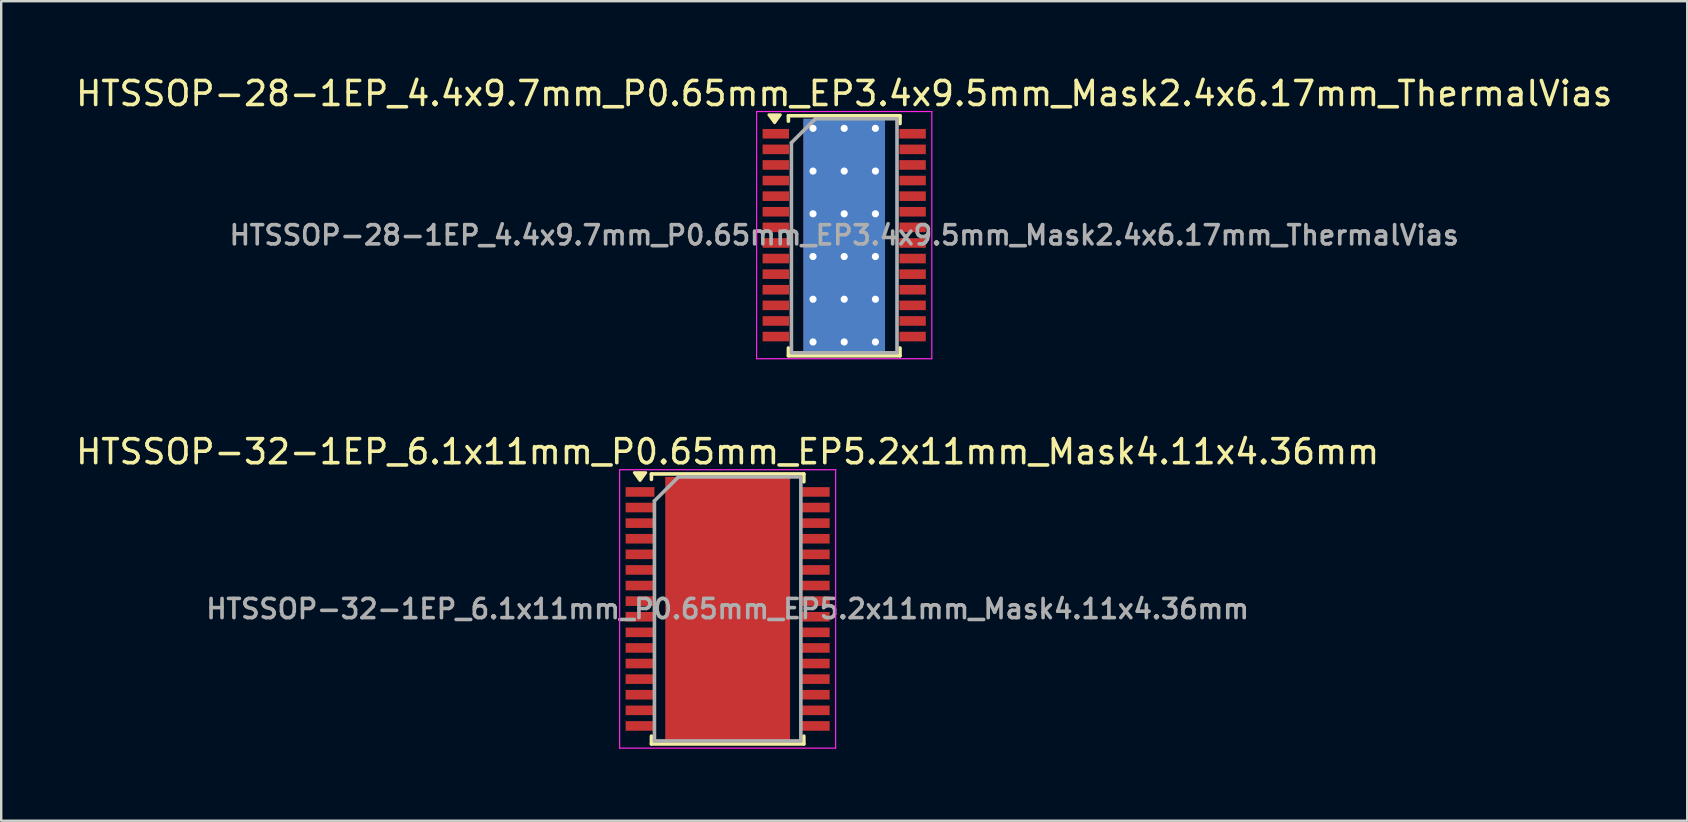
<source format=kicad_pcb>
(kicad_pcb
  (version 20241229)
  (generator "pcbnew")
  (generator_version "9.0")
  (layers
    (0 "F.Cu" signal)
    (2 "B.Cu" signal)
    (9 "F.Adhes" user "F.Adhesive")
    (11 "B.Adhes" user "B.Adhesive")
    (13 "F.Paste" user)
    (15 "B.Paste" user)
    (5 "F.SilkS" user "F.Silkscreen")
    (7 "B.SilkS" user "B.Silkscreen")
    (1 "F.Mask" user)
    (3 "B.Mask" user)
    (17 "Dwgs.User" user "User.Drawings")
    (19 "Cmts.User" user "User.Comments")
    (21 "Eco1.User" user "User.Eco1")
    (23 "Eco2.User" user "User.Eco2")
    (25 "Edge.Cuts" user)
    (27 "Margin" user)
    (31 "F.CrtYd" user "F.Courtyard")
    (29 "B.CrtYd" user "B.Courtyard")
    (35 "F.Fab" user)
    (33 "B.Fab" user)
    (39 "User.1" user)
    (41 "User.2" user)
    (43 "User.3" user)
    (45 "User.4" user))
  (footprint "HTSSOP-32-1EP_6.1x11mm_P0.65mm_EP5.2x11mm_Mask4.11x4.36mm"
    (layer "F.Cu")
    (at 27.268 22.322)
    (property "Reference" "HTSSOP-32-1EP_6.1x11mm_P0.65mm_EP5.2x11mm_Mask4.11x4.36mm" (at 0 -6.55 0) (layer "F.SilkS") (effects (font (size 1 1) (thickness 0.15))))
    (attr smd)
    (fp_line (start -3.175 -5.625) (end 3.175 -5.625) (stroke (width 0.15) (type solid)) (layer "F.SilkS"))
    (fp_line (start -3.175 -5.4) (end -3.175 -5.625) (stroke (width 0.15) (type solid)) (layer "F.SilkS"))
    (fp_line (start -3.175 5.3) (end -3.175 5.625) (stroke (width 0.15) (type solid)) (layer "F.SilkS"))
    (fp_line (start -3.175 5.625) (end 3.175 5.625) (stroke (width 0.15) (type solid)) (layer "F.SilkS"))
    (fp_line (start 3.175 -5.625) (end 3.175 -5.3) (stroke (width 0.15) (type solid)) (layer "F.SilkS"))
    (fp_line (start 3.175 5.625) (end 3.175 5.3) (stroke (width 0.15) (type solid)) (layer "F.SilkS"))
    (fp_poly (pts (xy -3.65 -5.35) (xy -3.89 -5.68) (xy -3.41 -5.68) (xy -3.65 -5.35)) (stroke (width 0.12) (type solid)) (fill yes) (layer "F.SilkS"))
    (fp_line (start -4.5 -5.8) (end -4.5 5.8) (stroke (width 0.05) (type solid)) (layer "F.CrtYd"))
    (fp_line (start -4.5 5.8) (end 4.5 5.8) (stroke (width 0.05) (type solid)) (layer "F.CrtYd"))
    (fp_line (start 4.5 -5.8) (end -4.5 -5.8) (stroke (width 0.05) (type solid)) (layer "F.CrtYd"))
    (fp_line (start 4.5 5.8) (end 4.5 -5.8) (stroke (width 0.05) (type solid)) (layer "F.CrtYd"))
    (fp_line (start -3.05 -4.5) (end -2.05 -5.5) (stroke (width 0.15) (type solid)) (layer "F.Fab"))
    (fp_line (start -3.05 5.5) (end -3.05 -4.5) (stroke (width 0.15) (type solid)) (layer "F.Fab"))
    (fp_line (start -2.05 -5.5) (end 3.05 -5.5) (stroke (width 0.15) (type solid)) (layer "F.Fab"))
    (fp_line (start 3.05 -5.5) (end 3.05 5.5) (stroke (width 0.15) (type solid)) (layer "F.Fab"))
    (fp_line (start 3.05 5.5) (end -3.05 5.5) (stroke (width 0.15) (type solid)) (layer "F.Fab"))
    (fp_text user "${REFERENCE}" (at 0 0 0) (layer "F.Fab") (effects (font (size 0.8 0.8) (thickness 0.15))))
    (pad "" smd rect (at -1.37 -1.46) (size 1.07 1.16) (layers "F.Paste"))
    (pad "" smd rect (at -1.37 0) (size 1.07 1.16) (layers "F.Paste"))
    (pad "" smd rect (at -1.37 1.46) (size 1.07 1.16) (layers "F.Paste"))
    (pad "" smd rect (at 0 -1.46) (size 1.07 1.16) (layers "F.Paste"))
    (pad "" smd rect (at 0 0) (size 1.07 1.16) (layers "F.Paste"))
    (pad "" smd rect (at 0 0) (size 4.11 4.36) (layers "F.Mask"))
    (pad "" smd rect (at 0 1.46) (size 1.07 1.16) (layers "F.Paste"))
    (pad "" smd rect (at 1.37 -1.46) (size 1.07 1.16) (layers "F.Paste"))
    (pad "" smd rect (at 1.37 0) (size 1.07 1.16) (layers "F.Paste"))
    (pad "" smd rect (at 1.37 1.46) (size 1.07 1.16) (layers "F.Paste"))
    (pad "1" smd rect (at -3.65 -4.875) (size 1.2 0.4) (layers "F.Cu" "F.Mask" "F.Paste"))
    (pad "2" smd rect (at -3.65 -4.225) (size 1.2 0.4) (layers "F.Cu" "F.Mask" "F.Paste"))
    (pad "3" smd rect (at -3.65 -3.575) (size 1.2 0.4) (layers "F.Cu" "F.Mask" "F.Paste"))
    (pad "4" smd rect (at -3.65 -2.925) (size 1.2 0.4) (layers "F.Cu" "F.Mask" "F.Paste"))
    (pad "5" smd rect (at -3.65 -2.275) (size 1.2 0.4) (layers "F.Cu" "F.Mask" "F.Paste"))
    (pad "6" smd rect (at -3.65 -1.625) (size 1.2 0.4) (layers "F.Cu" "F.Mask" "F.Paste"))
    (pad "7" smd rect (at -3.65 -0.975) (size 1.2 0.4) (layers "F.Cu" "F.Mask" "F.Paste"))
    (pad "8" smd rect (at -3.65 -0.325) (size 1.2 0.4) (layers "F.Cu" "F.Mask" "F.Paste"))
    (pad "9" smd rect (at -3.65 0.325) (size 1.2 0.4) (layers "F.Cu" "F.Mask" "F.Paste"))
    (pad "10" smd rect (at -3.65 0.975) (size 1.2 0.4) (layers "F.Cu" "F.Mask" "F.Paste"))
    (pad "11" smd rect (at -3.65 1.625) (size 1.2 0.4) (layers "F.Cu" "F.Mask" "F.Paste"))
    (pad "12" smd rect (at -3.65 2.275) (size 1.2 0.4) (layers "F.Cu" "F.Mask" "F.Paste"))
    (pad "13" smd rect (at -3.65 2.925) (size 1.2 0.4) (layers "F.Cu" "F.Mask" "F.Paste"))
    (pad "14" smd rect (at -3.65 3.575) (size 1.2 0.4) (layers "F.Cu" "F.Mask" "F.Paste"))
    (pad "15" smd rect (at -3.65 4.225) (size 1.2 0.4) (layers "F.Cu" "F.Mask" "F.Paste"))
    (pad "16" smd rect (at -3.65 4.875) (size 1.2 0.4) (layers "F.Cu" "F.Mask" "F.Paste"))
    (pad "17" smd rect (at 3.65 4.875) (size 1.2 0.4) (layers "F.Cu" "F.Mask" "F.Paste"))
    (pad "18" smd rect (at 3.65 4.225) (size 1.2 0.4) (layers "F.Cu" "F.Mask" "F.Paste"))
    (pad "19" smd rect (at 3.65 3.575) (size 1.2 0.4) (layers "F.Cu" "F.Mask" "F.Paste"))
    (pad "20" smd rect (at 3.65 2.925) (size 1.2 0.4) (layers "F.Cu" "F.Mask" "F.Paste"))
    (pad "21" smd rect (at 3.65 2.275) (size 1.2 0.4) (layers "F.Cu" "F.Mask" "F.Paste"))
    (pad "22" smd rect (at 3.65 1.625) (size 1.2 0.4) (layers "F.Cu" "F.Mask" "F.Paste"))
    (pad "23" smd rect (at 3.65 0.975) (size 1.2 0.4) (layers "F.Cu" "F.Mask" "F.Paste"))
    (pad "24" smd rect (at 3.65 0.325) (size 1.2 0.4) (layers "F.Cu" "F.Mask" "F.Paste"))
    (pad "25" smd rect (at 3.65 -0.325) (size 1.2 0.4) (layers "F.Cu" "F.Mask" "F.Paste"))
    (pad "26" smd rect (at 3.65 -0.975) (size 1.2 0.4) (layers "F.Cu" "F.Mask" "F.Paste"))
    (pad "27" smd rect (at 3.65 -1.625) (size 1.2 0.4) (layers "F.Cu" "F.Mask" "F.Paste"))
    (pad "28" smd rect (at 3.65 -2.275) (size 1.2 0.4) (layers "F.Cu" "F.Mask" "F.Paste"))
    (pad "29" smd rect (at 3.65 -2.925) (size 1.2 0.4) (layers "F.Cu" "F.Mask" "F.Paste"))
    (pad "30" smd rect (at 3.65 -3.575) (size 1.2 0.4) (layers "F.Cu" "F.Mask" "F.Paste"))
    (pad "31" smd rect (at 3.65 -4.225) (size 1.2 0.4) (layers "F.Cu" "F.Mask" "F.Paste"))
    (pad "32" smd rect (at 3.65 -4.875) (size 1.2 0.4) (layers "F.Cu" "F.Mask" "F.Paste"))
    (pad "33" smd rect (at 0 0) (size 5.2 11) (layers "F.Cu")))
  (footprint "HTSSOP-28-1EP_4.4x9.7mm_P0.65mm_EP3.4x9.5mm_Mask2.4x6.17mm_ThermalVias"
    (layer "F.Cu")
    (at 32.125 6.748)
    (property "Reference" "HTSSOP-28-1EP_4.4x9.7mm_P0.65mm_EP3.4x9.5mm_Mask2.4x6.17mm_ThermalVias" (at 0 -5.9 0) (layer "F.SilkS") (effects (font (size 1 1) (thickness 0.15))))
    (attr smd)
    (fp_line (start -2.325 -4.975) (end -2.325 -4.75) (stroke (width 0.15) (type solid)) (layer "F.SilkS"))
    (fp_line (start -2.325 -4.975) (end 2.325 -4.975) (stroke (width 0.15) (type solid)) (layer "F.SilkS"))
    (fp_line (start -2.325 5.026) (end -2.325 4.701) (stroke (width 0.15) (type solid)) (layer "F.SilkS"))
    (fp_line (start -2.325 5.026) (end 2.325 5.026) (stroke (width 0.15) (type solid)) (layer "F.SilkS"))
    (fp_line (start 2.325 -4.975) (end 2.325 -4.65) (stroke (width 0.15) (type solid)) (layer "F.SilkS"))
    (fp_line (start 2.325 5.026) (end 2.325 4.701) (stroke (width 0.15) (type solid)) (layer "F.SilkS"))
    (fp_poly (pts (xy -2.9 -4.685) (xy -3.14 -5.015) (xy -2.66 -5.015) (xy -2.9 -4.685)) (stroke (width 0.12) (type solid)) (fill yes) (layer "F.SilkS"))
    (fp_line (start -3.65 -5.15) (end -3.65 5.15) (stroke (width 0.05) (type solid)) (layer "F.CrtYd"))
    (fp_line (start -3.65 -5.15) (end 3.65 -5.15) (stroke (width 0.05) (type solid)) (layer "F.CrtYd"))
    (fp_line (start -3.65 5.15) (end 3.65 5.15) (stroke (width 0.05) (type solid)) (layer "F.CrtYd"))
    (fp_line (start 3.65 -5.15) (end 3.65 5.15) (stroke (width 0.05) (type solid)) (layer "F.CrtYd"))
    (fp_line (start -2.2 -3.85) (end -1.2 -4.85) (stroke (width 0.15) (type solid)) (layer "F.Fab"))
    (fp_line (start -2.2 4.85) (end -2.2 -3.85) (stroke (width 0.15) (type solid)) (layer "F.Fab"))
    (fp_line (start -1.2 -4.85) (end 2.2 -4.85) (stroke (width 0.15) (type solid)) (layer "F.Fab"))
    (fp_line (start 2.2 -4.85) (end 2.2 4.85) (stroke (width 0.15) (type solid)) (layer "F.Fab"))
    (fp_line (start 2.2 4.901) (end -2.2 4.901) (stroke (width 0.15) (type solid)) (layer "F.Fab"))
    (fp_text user "${REFERENCE}" (at 0 0 0) (layer "F.Fab") (effects (font (size 0.8 0.8) (thickness 0.15))))
    (pad "" smd rect (at -0.6 -1.78) (size 0.9 1.4) (layers "F.Paste"))
    (pad "" smd rect (at -0.6 0) (size 0.9 1.4) (layers "F.Paste"))
    (pad "" smd rect (at -0.6 1.78) (size 0.9 1.4) (layers "F.Paste"))
    (pad "" smd rect (at 0 0) (size 2.4 6.17) (layers "F.Mask"))
    (pad "" smd rect (at 0.6 -1.78) (size 0.9 1.4) (layers "F.Paste"))
    (pad "" smd rect (at 0.6 0) (size 0.9 1.4) (layers "F.Paste"))
    (pad "" smd rect (at 0.6 1.78) (size 0.9 1.4) (layers "F.Paste"))
    (pad "1" smd rect (at -2.85 -4.225) (size 1.1 0.4) (layers "F.Cu" "F.Mask" "F.Paste"))
    (pad "2" smd rect (at -2.85 -3.575) (size 1.1 0.4) (layers "F.Cu" "F.Mask" "F.Paste"))
    (pad "3" smd rect (at -2.85 -2.925) (size 1.1 0.4) (layers "F.Cu" "F.Mask" "F.Paste"))
    (pad "4" smd rect (at -2.85 -2.275) (size 1.1 0.4) (layers "F.Cu" "F.Mask" "F.Paste"))
    (pad "5" smd rect (at -2.85 -1.625) (size 1.1 0.4) (layers "F.Cu" "F.Mask" "F.Paste"))
    (pad "6" smd rect (at -2.85 -0.975) (size 1.1 0.4) (layers "F.Cu" "F.Mask" "F.Paste"))
    (pad "7" smd rect (at -2.85 -0.325) (size 1.1 0.4) (layers "F.Cu" "F.Mask" "F.Paste"))
    (pad "8" smd rect (at -2.85 0.325) (size 1.1 0.4) (layers "F.Cu" "F.Mask" "F.Paste"))
    (pad "9" smd rect (at -2.85 0.975) (size 1.1 0.4) (layers "F.Cu" "F.Mask" "F.Paste"))
    (pad "10" smd rect (at -2.85 1.625) (size 1.1 0.4) (layers "F.Cu" "F.Mask" "F.Paste"))
    (pad "11" smd rect (at -2.85 2.275) (size 1.1 0.4) (layers "F.Cu" "F.Mask" "F.Paste"))
    (pad "12" smd rect (at -2.85 2.925) (size 1.1 0.4) (layers "F.Cu" "F.Mask" "F.Paste"))
    (pad "13" smd rect (at -2.85 3.575) (size 1.1 0.4) (layers "F.Cu" "F.Mask" "F.Paste"))
    (pad "14" smd rect (at -2.85 4.225) (size 1.1 0.4) (layers "F.Cu" "F.Mask" "F.Paste"))
    (pad "15" smd rect (at 2.85 4.225) (size 1.1 0.4) (layers "F.Cu" "F.Mask" "F.Paste"))
    (pad "16" smd rect (at 2.85 3.575) (size 1.1 0.4) (layers "F.Cu" "F.Mask" "F.Paste"))
    (pad "17" smd rect (at 2.85 2.925) (size 1.1 0.4) (layers "F.Cu" "F.Mask" "F.Paste"))
    (pad "18" smd rect (at 2.85 2.275) (size 1.1 0.4) (layers "F.Cu" "F.Mask" "F.Paste"))
    (pad "19" smd rect (at 2.85 1.625) (size 1.1 0.4) (layers "F.Cu" "F.Mask" "F.Paste"))
    (pad "20" smd rect (at 2.85 0.975) (size 1.1 0.4) (layers "F.Cu" "F.Mask" "F.Paste"))
    (pad "21" smd rect (at 2.85 0.325) (size 1.1 0.4) (layers "F.Cu" "F.Mask" "F.Paste"))
    (pad "22" smd rect (at 2.85 -0.325) (size 1.1 0.4) (layers "F.Cu" "F.Mask" "F.Paste"))
    (pad "23" smd rect (at 2.85 -0.975) (size 1.1 0.4) (layers "F.Cu" "F.Mask" "F.Paste"))
    (pad "24" smd rect (at 2.85 -1.625) (size 1.1 0.4) (layers "F.Cu" "F.Mask" "F.Paste"))
    (pad "25" smd rect (at 2.85 -2.275) (size 1.1 0.4) (layers "F.Cu" "F.Mask" "F.Paste"))
    (pad "26" smd rect (at 2.85 -2.925) (size 1.1 0.4) (layers "F.Cu" "F.Mask" "F.Paste"))
    (pad "27" smd rect (at 2.85 -3.575) (size 1.1 0.4) (layers "F.Cu" "F.Mask" "F.Paste"))
    (pad "28" smd rect (at 2.85 -4.225) (size 1.1 0.4) (layers "F.Cu" "F.Mask" "F.Paste"))
    (pad "29" thru_hole circle (at -1.3 -4.45) (size 0.6 0.6) (drill 0.3) (layers "*.Cu"))
    (pad "29" thru_hole circle (at -1.3 -2.67) (size 0.6 0.6) (drill 0.3) (layers "*.Cu"))
    (pad "29" thru_hole circle (at -1.3 -0.89) (size 0.6 0.6) (drill 0.3) (layers "*.Cu"))
    (pad "29" thru_hole circle (at -1.3 0.89) (size 0.6 0.6) (drill 0.3) (layers "*.Cu"))
    (pad "29" thru_hole circle (at -1.3 2.67) (size 0.6 0.6) (drill 0.3) (layers "*.Cu"))
    (pad "29" thru_hole circle (at -1.3 4.45) (size 0.6 0.6) (drill 0.3) (layers "*.Cu"))
    (pad "29" thru_hole circle (at 0 -4.45) (size 0.6 0.6) (drill 0.3) (layers "*.Cu"))
    (pad "29" thru_hole circle (at 0 -2.67) (size 0.6 0.6) (drill 0.3) (layers "*.Cu"))
    (pad "29" thru_hole circle (at 0 -0.89) (size 0.6 0.6) (drill 0.3) (layers "*.Cu"))
    (pad "29" smd rect (at 0 0) (size 3.4 9.7) (layers "F.Cu"))
    (pad "29" smd rect (at 0 0) (size 3.4 9.7) (layers "B.Cu"))
    (pad "29" thru_hole circle (at 0 0.89) (size 0.6 0.6) (drill 0.3) (layers "*.Cu"))
    (pad "29" thru_hole circle (at 0 2.67) (size 0.6 0.6) (drill 0.3) (layers "*.Cu"))
    (pad "29" thru_hole circle (at 0 4.45) (size 0.6 0.6) (drill 0.3) (layers "*.Cu"))
    (pad "29" thru_hole circle (at 1.3 -4.45) (size 0.6 0.6) (drill 0.3) (layers "*.Cu"))
    (pad "29" thru_hole circle (at 1.3 -2.67) (size 0.6 0.6) (drill 0.3) (layers "*.Cu"))
    (pad "29" thru_hole circle (at 1.3 -0.89) (size 0.6 0.6) (drill 0.3) (layers "*.Cu"))
    (pad "29" thru_hole circle (at 1.3 0.89) (size 0.6 0.6) (drill 0.3) (layers "*.Cu"))
    (pad "29" thru_hole circle (at 1.3 2.67) (size 0.6 0.6) (drill 0.3) (layers "*.Cu"))
    (pad "29" thru_hole circle (at 1.3 4.45) (size 0.6 0.6) (drill 0.3) (layers "*.Cu")))
  (gr_rect
    (start -3 -3)
    (end 67.25 31.146)
    (stroke (width 0.1) (type default))
    (fill no)
    (layer "Edge.Cuts")))
</source>
